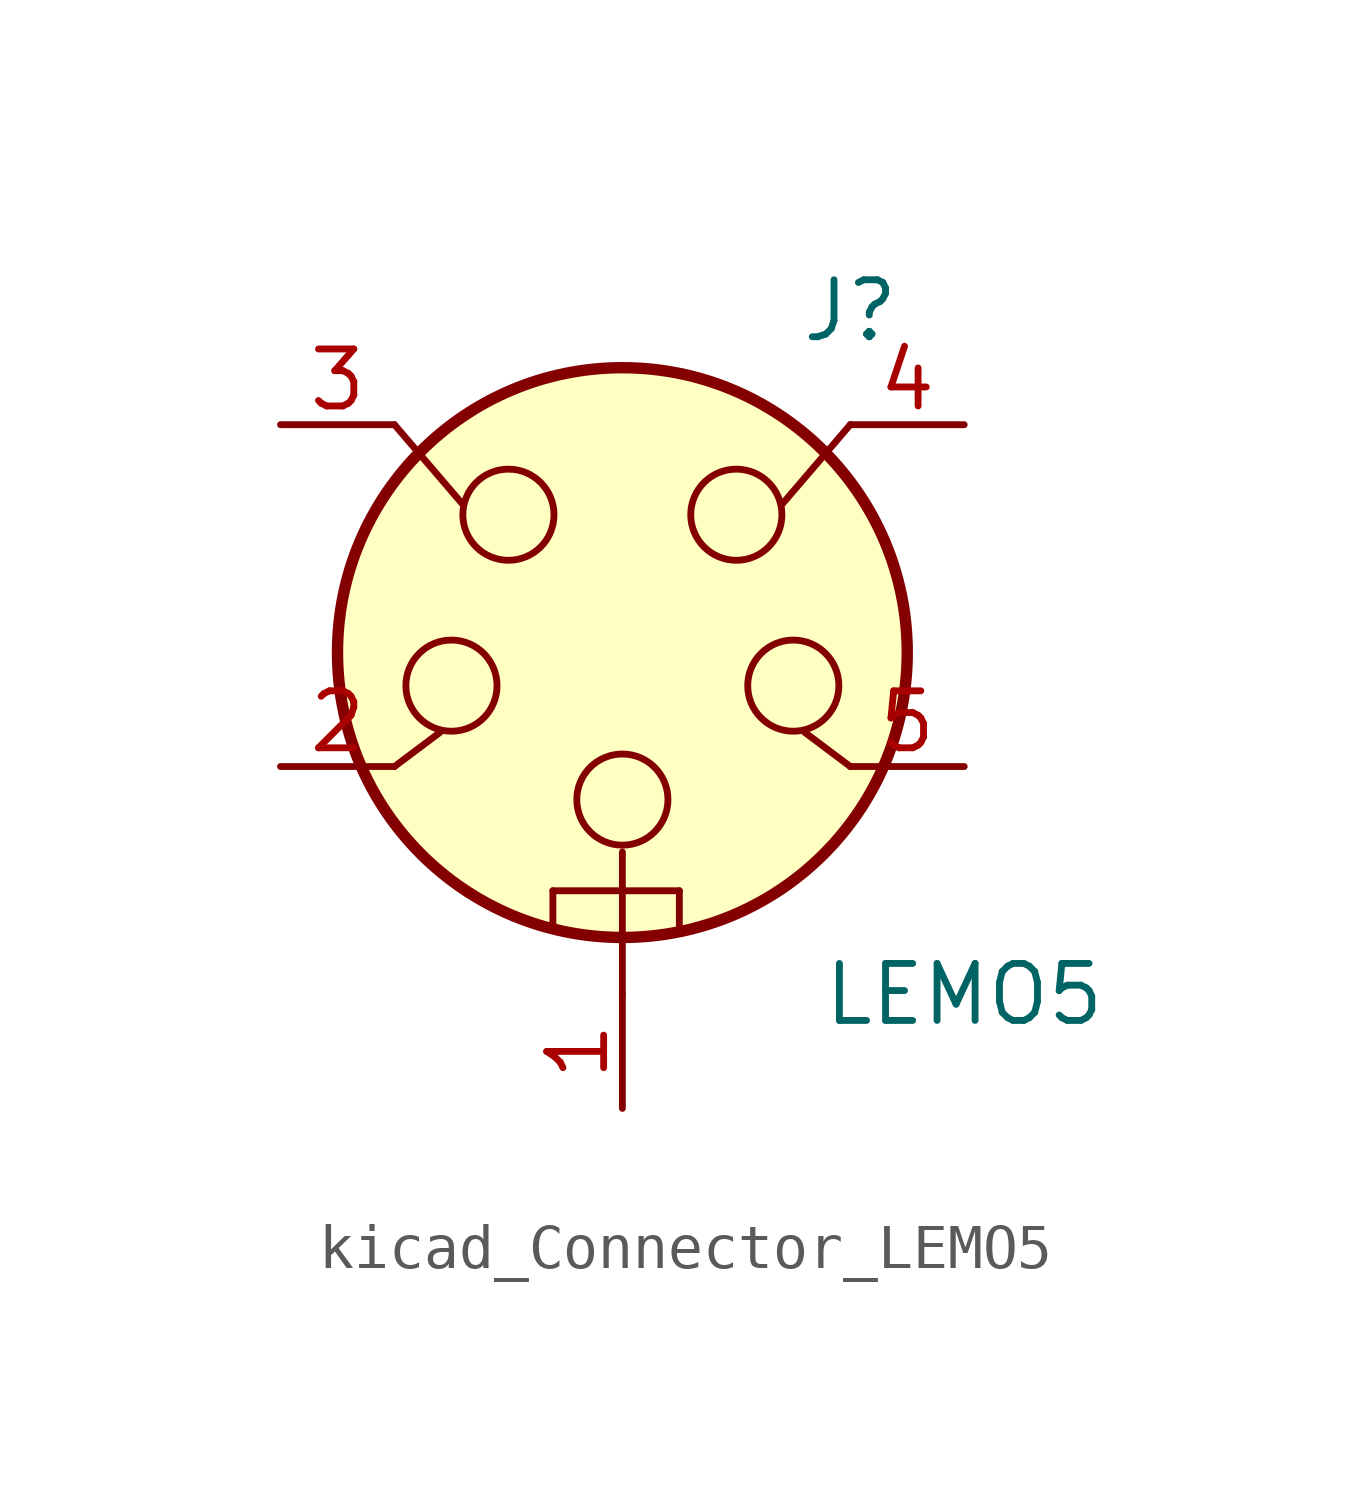
<source format=kicad_sym>
(kicad_symbol_lib
  (version 20220914)
  (generator kicad_symbol_editor)
  (symbol "kicad_Connector_LEMO5"
    (pin_names
      (offset 1.016) hide)
    (property "Reference" "J"
      (at 5.08 7.62 0)
      (effects (font (size 1.27 1.27))))
    (property "Value" "LEMO5"
      (at 7.62 -7.62 0)
      (effects (font (size 1.27 1.27))))
    (symbol "kicad_Connector_LEMO5_0_1"
      (circle (center -3.81 -0.737) (radius 1.016) (stroke (width 0) (type default)) (fill (type none)))
      (circle (center -2.54 3.073) (radius 1.016) (stroke (width 0) (type default)) (fill (type none)))
      (circle (center 0 -3.277) (radius 1.016) (stroke (width 0) (type default)) (fill (type none)))
      (polyline (pts (xy -5.08 -2.54) (xy -4.064 -1.778)) (stroke (width 0) (type default)) (fill (type none)))
      (polyline (pts (xy -5.08 5.08) (xy -3.556 3.302)) (stroke (width 0) (type default)) (fill (type none)))
      (polyline (pts (xy -1.549 -6.096) (xy -1.549 -5.309)) (stroke (width 0) (type default)) (fill (type none)))
      (polyline (pts (xy -1.549 -5.309) (xy 1.27 -5.309)) (stroke (width 0) (type default)) (fill (type none)))
      (polyline (pts (xy 0 -7.62) (xy 0 -4.445)) (stroke (width 0) (type default)) (fill (type none)))
      (polyline (pts (xy 1.27 -5.309) (xy 1.27 -6.096)) (stroke (width 0) (type default)) (fill (type none)))
      (polyline (pts (xy 5.08 -2.54) (xy 4.064 -1.778)) (stroke (width 0) (type default)) (fill (type none)))
      (polyline (pts (xy 5.08 5.08) (xy 3.556 3.302)) (stroke (width 0) (type default)) (fill (type none)))
      (circle (center 0 0) (radius 6.35) (stroke (width 0.254) (type default)) (fill (type background)))
      (circle (center 2.54 3.073) (radius 1.016) (stroke (width 0) (type default)) (fill (type none)))
      (circle (center 3.81 -0.737) (radius 1.016) (stroke (width 0) (type default)) (fill (type none))))
    (symbol "kicad_Connector_LEMO5_1_1"
      (pin passive line (at 0 -10.16 90) (length 2.54) (name "~" (effects (font (size 1.27 1.27)))) (number "1" (effects (font (size 1.27 1.27)))))
      (pin passive line (at -7.62 -2.54 0) (length 2.54) (name "~" (effects (font (size 1.27 1.27)))) (number "2" (effects (font (size 1.27 1.27)))))
      (pin passive line (at -7.62 5.08 0) (length 2.54) (name "~" (effects (font (size 1.27 1.27)))) (number "3" (effects (font (size 1.27 1.27)))))
      (pin passive line (at 7.62 5.08 180) (length 2.54) (name "~" (effects (font (size 1.27 1.27)))) (number "4" (effects (font (size 1.27 1.27)))))
      (pin passive line (at 7.62 -2.54 180) (length 2.54) (name "~" (effects (font (size 1.27 1.27)))) (number "5" (effects (font (size 1.27 1.27))))))))
</source>
